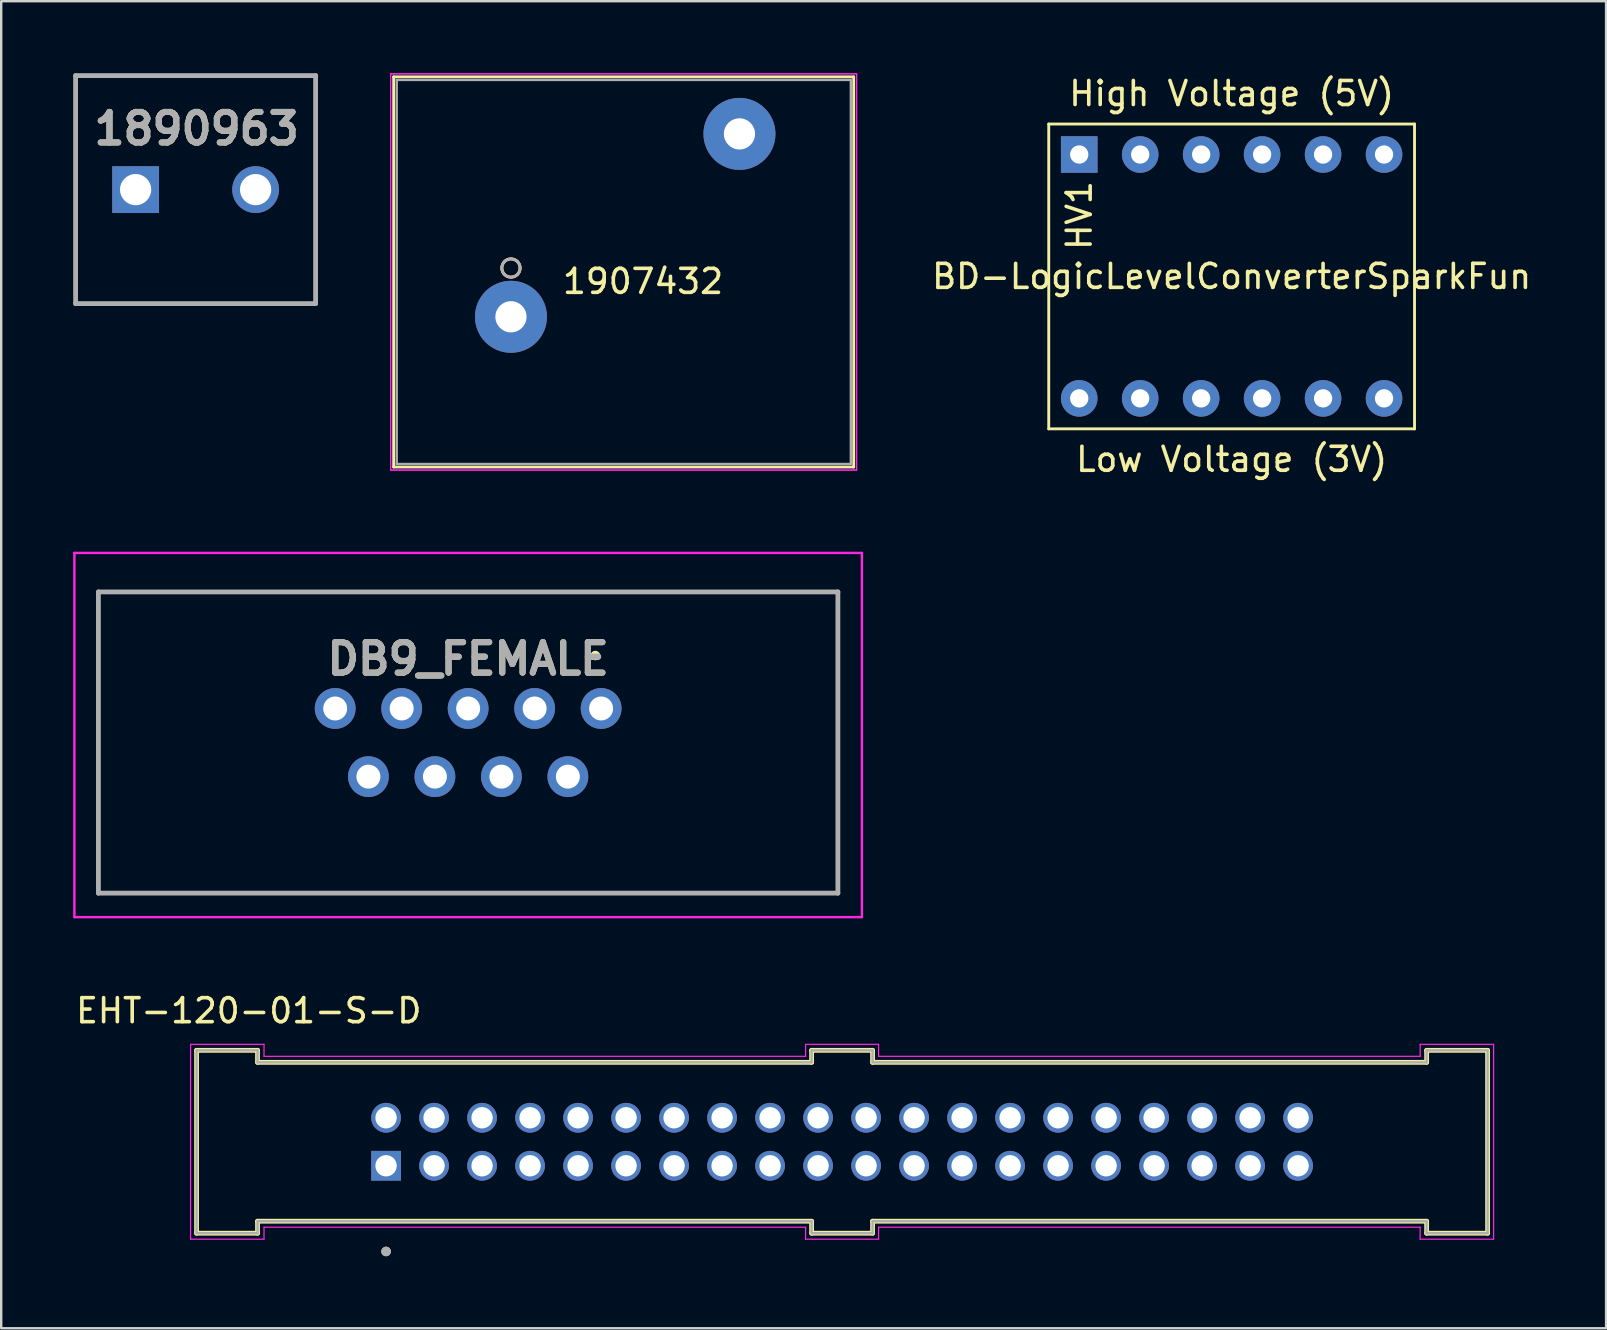
<source format=kicad_pcb>
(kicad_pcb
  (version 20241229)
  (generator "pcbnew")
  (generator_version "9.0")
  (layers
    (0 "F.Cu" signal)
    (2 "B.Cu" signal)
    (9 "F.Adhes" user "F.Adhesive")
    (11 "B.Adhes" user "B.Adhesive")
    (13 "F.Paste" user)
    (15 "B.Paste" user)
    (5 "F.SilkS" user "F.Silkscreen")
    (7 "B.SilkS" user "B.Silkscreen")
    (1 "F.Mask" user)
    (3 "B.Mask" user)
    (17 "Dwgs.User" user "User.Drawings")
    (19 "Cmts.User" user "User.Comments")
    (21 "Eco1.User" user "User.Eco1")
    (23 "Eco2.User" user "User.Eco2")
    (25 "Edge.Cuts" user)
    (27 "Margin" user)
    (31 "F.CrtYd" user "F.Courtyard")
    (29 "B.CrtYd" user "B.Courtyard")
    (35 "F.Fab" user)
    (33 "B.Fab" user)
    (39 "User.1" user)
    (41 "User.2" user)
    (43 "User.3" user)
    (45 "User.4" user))
  (footprint "DB9_FEMALE"
    (layer "F.Cu")
    (at 16.455 27.575)
    (property "Reference" "DB9_FEMALE" (at 0 -3.175 0) (layer "F.SilkS") (effects (font (size 1.27 1.27) (thickness 0.254))))
    (attr through_hole)
    (fp_line (start -15.405 -5.963) (end 15.405 -5.963) (stroke (width 0.1) (type solid)) (layer "F.SilkS"))
    (fp_line (start -15.405 6.588) (end -15.405 -5.963) (stroke (width 0.1) (type solid)) (layer "F.SilkS"))
    (fp_line (start 5.2 -3.313) (end 5.2 -3.313) (stroke (width 0.2) (type solid)) (layer "F.SilkS"))
    (fp_line (start 5.4 -3.313) (end 5.4 -3.313) (stroke (width 0.2) (type solid)) (layer "F.SilkS"))
    (fp_line (start 15.405 -5.963) (end 15.405 6.588) (stroke (width 0.1) (type solid)) (layer "F.SilkS"))
    (fp_line (start 15.405 6.588) (end -15.405 6.588) (stroke (width 0.1) (type solid)) (layer "F.SilkS"))
    (fp_arc (start 5.2 -3.313) (mid 5.3 -3.413) (end 5.4 -3.313) (stroke (width 0.2) (type solid)) (layer "F.SilkS"))
    (fp_arc (start 5.4 -3.313) (mid 5.3 -3.213) (end 5.2 -3.313) (stroke (width 0.2) (type solid)) (layer "F.SilkS"))
    (fp_line (start -16.405 -7.588) (end 16.405 -7.588) (stroke (width 0.1) (type solid)) (layer "F.CrtYd"))
    (fp_line (start -16.405 7.588) (end -16.405 -7.588) (stroke (width 0.1) (type solid)) (layer "F.CrtYd"))
    (fp_line (start 16.405 -7.588) (end 16.405 7.588) (stroke (width 0.1) (type solid)) (layer "F.CrtYd"))
    (fp_line (start 16.405 7.588) (end -16.405 7.588) (stroke (width 0.1) (type solid)) (layer "F.CrtYd"))
    (fp_line (start -15.405 -5.963) (end 15.405 -5.963) (stroke (width 0.2) (type solid)) (layer "F.Fab"))
    (fp_line (start -15.405 6.588) (end -15.405 -5.963) (stroke (width 0.2) (type solid)) (layer "F.Fab"))
    (fp_line (start 15.405 -5.963) (end 15.405 6.588) (stroke (width 0.2) (type solid)) (layer "F.Fab"))
    (fp_line (start 15.405 6.588) (end -15.405 6.588) (stroke (width 0.2) (type solid)) (layer "F.Fab"))
    (fp_text user "${REFERENCE}" (at 0 -3.175 0) (layer "F.Fab") (effects (font (size 1.27 1.27) (thickness 0.254))))
    (pad "1" thru_hole circle (at 5.54 -1.107) (size 1.7 1.7) (drill 1) (layers "*.Cu" "*.Mask"))
    (pad "2" thru_hole circle (at 2.77 -1.107) (size 1.7 1.7) (drill 1) (layers "*.Cu" "*.Mask"))
    (pad "3" thru_hole circle (at 0 -1.107) (size 1.7 1.7) (drill 1) (layers "*.Cu" "*.Mask"))
    (pad "4" thru_hole circle (at -2.77 -1.107) (size 1.7 1.7) (drill 1) (layers "*.Cu" "*.Mask"))
    (pad "5" thru_hole circle (at -5.54 -1.107) (size 1.7 1.7) (drill 1) (layers "*.Cu" "*.Mask"))
    (pad "6" thru_hole circle (at 4.155 1.733) (size 1.7 1.7) (drill 1) (layers "*.Cu" "*.Mask"))
    (pad "7" thru_hole circle (at 1.385 1.733) (size 1.7 1.7) (drill 1) (layers "*.Cu" "*.Mask"))
    (pad "8" thru_hole circle (at -1.385 1.733) (size 1.7 1.7) (drill 1) (layers "*.Cu" "*.Mask"))
    (pad "9" thru_hole circle (at -4.155 1.733) (size 1.7 1.7) (drill 1) (layers "*.Cu" "*.Mask")))
  (footprint "1907432"
    (layer "F.Cu")
    (at 18.239 10.149)
    (property "Reference" "1907432" (at 5.502 -1.475 0) (layer "F.SilkS") (effects (font (size 1 1) (thickness 0.15))))
    (attr through_hole)
    (fp_line (start -4.887 -9.997) (end -4.887 6.259) (stroke (width 0.12) (type solid)) (layer "F.SilkS"))
    (fp_line (start -4.887 6.259) (end 14.28 6.259) (stroke (width 0.12) (type solid)) (layer "F.SilkS"))
    (fp_line (start 14.28 -9.997) (end -4.887 -9.997) (stroke (width 0.12) (type solid)) (layer "F.SilkS"))
    (fp_line (start 14.28 6.259) (end 14.28 -9.997) (stroke (width 0.12) (type solid)) (layer "F.SilkS"))
    (fp_circle (center 0 -2.032) (end 0.381 -2.032) (stroke (width 0.12) (type solid)) (fill no) (layer "F.SilkS"))
    (fp_circle (center 0 -2.032) (end 0.381 -2.032) (stroke (width 0.12) (type solid)) (fill no) (layer "B.SilkS"))
    (fp_line (start -5.014 -10.124) (end -5.014 6.386) (stroke (width 0.05) (type solid)) (layer "F.CrtYd"))
    (fp_line (start -5.014 -10.124) (end -5.014 6.386) (stroke (width 0.05) (type solid)) (layer "F.CrtYd"))
    (fp_line (start -5.014 6.386) (end 14.4 6.386) (stroke (width 0.05) (type solid)) (layer "F.CrtYd"))
    (fp_line (start -5.014 6.386) (end 14.4 6.386) (stroke (width 0.05) (type solid)) (layer "F.CrtYd"))
    (fp_line (start 14.4 -10.124) (end -5.014 -10.124) (stroke (width 0.05) (type solid)) (layer "F.CrtYd"))
    (fp_line (start 14.4 -10.124) (end -5.014 -10.124) (stroke (width 0.05) (type solid)) (layer "F.CrtYd"))
    (fp_line (start 14.4 6.386) (end 14.4 -10.124) (stroke (width 0.05) (type solid)) (layer "F.CrtYd"))
    (fp_line (start 14.4 6.386) (end 14.4 -10.124) (stroke (width 0.05) (type solid)) (layer "F.CrtYd"))
    (fp_line (start -4.76 -9.87) (end -4.76 6.132) (stroke (width 0.1) (type solid)) (layer "F.Fab"))
    (fp_line (start -4.76 6.132) (end 14.16 6.132) (stroke (width 0.1) (type solid)) (layer "F.Fab"))
    (fp_line (start 14.16 -9.87) (end -4.76 -9.87) (stroke (width 0.1) (type solid)) (layer "F.Fab"))
    (fp_line (start 14.16 6.132) (end 14.16 -9.87) (stroke (width 0.1) (type solid)) (layer "F.Fab"))
    (fp_circle (center 0 -2.032) (end 0.381 -2.032) (stroke (width 0.1) (type solid)) (fill no) (layer "F.Fab"))
    (fp_text user "*" (at 0 0 0) (layer "F.SilkS") (effects (font (size 1 1) (thickness 0.15))))
    (fp_text user "Copyright 2021 Accelerated Designs. All rights reserved." (at 0 0 0) (layer "Cmts.User") (effects (font (size 0.127 0.127) (thickness 0.002))))
    (fp_text user "*" (at 0 0 0) (layer "F.Fab") (effects (font (size 1 1) (thickness 0.15))))
    (pad "1" thru_hole circle (at 0 0) (size 3 3) (drill 1.3) (layers "*.Cu" "*.Mask"))
    (pad "2" thru_hole circle (at 9.52 -7.62) (size 3 3) (drill 1.3) (layers "*.Cu" "*.Mask")))
  (footprint "EHT-120-01-S-D"
    (layer "F.Cu")
    (at 32.035 44.521)
    (property "Reference" "EHT-120-01-S-D" (at -24.72 -5.46 0) (layer "F.SilkS") (effects (font (size 1 1) (thickness 0.15))))
    (attr through_hole)
    (fp_line (start -26.895 -3.81) (end -24.355 -3.81) (stroke (width 0.2) (type solid)) (layer "F.SilkS"))
    (fp_line (start -26.895 3.81) (end -26.895 -3.81) (stroke (width 0.2) (type solid)) (layer "F.SilkS"))
    (fp_line (start -26.895 3.81) (end -24.355 3.81) (stroke (width 0.2) (type solid)) (layer "F.SilkS"))
    (fp_line (start -24.355 -3.31) (end -24.355 -3.81) (stroke (width 0.2) (type solid)) (layer "F.SilkS"))
    (fp_line (start -24.355 -3.31) (end -1.27 -3.31) (stroke (width 0.2) (type solid)) (layer "F.SilkS"))
    (fp_line (start -24.355 3.31) (end -24.355 3.81) (stroke (width 0.2) (type solid)) (layer "F.SilkS"))
    (fp_line (start -24.355 3.31) (end -1.27 3.31) (stroke (width 0.2) (type solid)) (layer "F.SilkS"))
    (fp_line (start -1.27 -3.81) (end 1.27 -3.81) (stroke (width 0.2) (type solid)) (layer "F.SilkS"))
    (fp_line (start -1.27 -3.31) (end -1.27 -3.81) (stroke (width 0.2) (type solid)) (layer "F.SilkS"))
    (fp_line (start -1.27 3.31) (end -1.27 3.81) (stroke (width 0.2) (type solid)) (layer "F.SilkS"))
    (fp_line (start -1.27 3.81) (end 1.27 3.81) (stroke (width 0.2) (type solid)) (layer "F.SilkS"))
    (fp_line (start 1.27 -3.31) (end 1.27 -3.81) (stroke (width 0.2) (type solid)) (layer "F.SilkS"))
    (fp_line (start 1.27 3.31) (end 1.27 3.81) (stroke (width 0.2) (type solid)) (layer "F.SilkS"))
    (fp_line (start 24.355 -3.31) (end 1.27 -3.31) (stroke (width 0.2) (type solid)) (layer "F.SilkS"))
    (fp_line (start 24.355 -3.31) (end 24.355 -3.81) (stroke (width 0.2) (type solid)) (layer "F.SilkS"))
    (fp_line (start 24.355 3.31) (end 1.27 3.31) (stroke (width 0.2) (type solid)) (layer "F.SilkS"))
    (fp_line (start 24.355 3.31) (end 24.355 3.81) (stroke (width 0.2) (type solid)) (layer "F.SilkS"))
    (fp_line (start 26.895 -3.81) (end 24.355 -3.81) (stroke (width 0.2) (type solid)) (layer "F.SilkS"))
    (fp_line (start 26.895 3.81) (end 24.355 3.81) (stroke (width 0.2) (type solid)) (layer "F.SilkS"))
    (fp_line (start 26.895 3.81) (end 26.895 -3.81) (stroke (width 0.2) (type solid)) (layer "F.SilkS"))
    (fp_circle (center -19 4.57) (end -18.9 4.57) (stroke (width 0.2) (type solid)) (fill no) (layer "F.SilkS"))
    (fp_line (start -27.145 -4.06) (end -24.085 -4.06) (stroke (width 0.05) (type solid)) (layer "F.CrtYd"))
    (fp_line (start -27.145 4.06) (end -27.145 -4.06) (stroke (width 0.05) (type solid)) (layer "F.CrtYd"))
    (fp_line (start -27.145 4.06) (end -24.085 4.06) (stroke (width 0.05) (type solid)) (layer "F.CrtYd"))
    (fp_line (start -24.085 -3.56) (end -24.085 -4.06) (stroke (width 0.05) (type solid)) (layer "F.CrtYd"))
    (fp_line (start -24.085 -3.56) (end -1.52 -3.56) (stroke (width 0.05) (type solid)) (layer "F.CrtYd"))
    (fp_line (start -24.085 3.56) (end -24.085 4.06) (stroke (width 0.05) (type solid)) (layer "F.CrtYd"))
    (fp_line (start -24.085 3.56) (end -1.52 3.56) (stroke (width 0.05) (type solid)) (layer "F.CrtYd"))
    (fp_line (start -1.52 -4.06) (end 1.52 -4.06) (stroke (width 0.05) (type solid)) (layer "F.CrtYd"))
    (fp_line (start -1.52 -3.56) (end -1.52 -4.06) (stroke (width 0.05) (type solid)) (layer "F.CrtYd"))
    (fp_line (start -1.52 3.56) (end -1.52 4.06) (stroke (width 0.05) (type solid)) (layer "F.CrtYd"))
    (fp_line (start -1.52 4.06) (end 1.52 4.06) (stroke (width 0.05) (type solid)) (layer "F.CrtYd"))
    (fp_line (start 1.52 -3.56) (end 1.52 -4.06) (stroke (width 0.05) (type solid)) (layer "F.CrtYd"))
    (fp_line (start 1.52 3.56) (end 1.52 4.06) (stroke (width 0.05) (type solid)) (layer "F.CrtYd"))
    (fp_line (start 24.085 -3.56) (end 1.52 -3.56) (stroke (width 0.05) (type solid)) (layer "F.CrtYd"))
    (fp_line (start 24.085 -3.56) (end 24.085 -4.06) (stroke (width 0.05) (type solid)) (layer "F.CrtYd"))
    (fp_line (start 24.085 3.56) (end 1.52 3.56) (stroke (width 0.05) (type solid)) (layer "F.CrtYd"))
    (fp_line (start 24.085 3.56) (end 24.085 4.06) (stroke (width 0.05) (type solid)) (layer "F.CrtYd"))
    (fp_line (start 27.145 -4.06) (end 24.085 -4.06) (stroke (width 0.05) (type solid)) (layer "F.CrtYd"))
    (fp_line (start 27.145 4.06) (end 24.085 4.06) (stroke (width 0.05) (type solid)) (layer "F.CrtYd"))
    (fp_line (start 27.145 4.06) (end 27.145 -4.06) (stroke (width 0.05) (type solid)) (layer "F.CrtYd"))
    (fp_line (start -26.895 -3.81) (end -24.355 -3.81) (stroke (width 0.1) (type solid)) (layer "F.Fab"))
    (fp_line (start -26.895 3.81) (end -26.895 -3.81) (stroke (width 0.1) (type solid)) (layer "F.Fab"))
    (fp_line (start -26.895 3.81) (end -24.355 3.81) (stroke (width 0.1) (type solid)) (layer "F.Fab"))
    (fp_line (start -24.355 -3.31) (end -24.355 -3.81) (stroke (width 0.1) (type solid)) (layer "F.Fab"))
    (fp_line (start -24.355 -3.31) (end -1.27 -3.31) (stroke (width 0.1) (type solid)) (layer "F.Fab"))
    (fp_line (start -24.355 3.31) (end -24.355 3.81) (stroke (width 0.1) (type solid)) (layer "F.Fab"))
    (fp_line (start -24.355 3.31) (end -1.27 3.31) (stroke (width 0.1) (type solid)) (layer "F.Fab"))
    (fp_line (start -1.27 -3.81) (end 1.27 -3.81) (stroke (width 0.1) (type solid)) (layer "F.Fab"))
    (fp_line (start -1.27 -3.31) (end -1.27 -3.81) (stroke (width 0.1) (type solid)) (layer "F.Fab"))
    (fp_line (start -1.27 3.31) (end -1.27 3.81) (stroke (width 0.1) (type solid)) (layer "F.Fab"))
    (fp_line (start -1.27 3.81) (end 1.27 3.81) (stroke (width 0.1) (type solid)) (layer "F.Fab"))
    (fp_line (start 1.27 -3.31) (end 1.27 -3.81) (stroke (width 0.1) (type solid)) (layer "F.Fab"))
    (fp_line (start 1.27 3.31) (end 1.27 3.81) (stroke (width 0.1) (type solid)) (layer "F.Fab"))
    (fp_line (start 24.355 -3.31) (end 1.27 -3.31) (stroke (width 0.1) (type solid)) (layer "F.Fab"))
    (fp_line (start 24.355 -3.31) (end 24.355 -3.81) (stroke (width 0.1) (type solid)) (layer "F.Fab"))
    (fp_line (start 24.355 3.31) (end 1.27 3.31) (stroke (width 0.1) (type solid)) (layer "F.Fab"))
    (fp_line (start 24.355 3.31) (end 24.355 3.81) (stroke (width 0.1) (type solid)) (layer "F.Fab"))
    (fp_line (start 26.895 -3.81) (end 24.355 -3.81) (stroke (width 0.1) (type solid)) (layer "F.Fab"))
    (fp_line (start 26.895 3.81) (end 24.355 3.81) (stroke (width 0.1) (type solid)) (layer "F.Fab"))
    (fp_line (start 26.895 3.81) (end 26.895 -3.81) (stroke (width 0.1) (type solid)) (layer "F.Fab"))
    (fp_circle (center -19 4.57) (end -18.9 4.57) (stroke (width 0.2) (type solid)) (fill no) (layer "F.Fab"))
    (pad "1" thru_hole rect (at -19 1) (size 1.24 1.24) (drill 0.89) (layers "*.Cu" "*.Mask"))
    (pad "2" thru_hole circle (at -19 -1) (size 1.24 1.24) (drill 0.89) (layers "*.Cu" "*.Mask"))
    (pad "3" thru_hole circle (at -17 1) (size 1.24 1.24) (drill 0.89) (layers "*.Cu" "*.Mask"))
    (pad "4" thru_hole circle (at -17 -1) (size 1.24 1.24) (drill 0.89) (layers "*.Cu" "*.Mask"))
    (pad "5" thru_hole circle (at -15 1) (size 1.24 1.24) (drill 0.89) (layers "*.Cu" "*.Mask"))
    (pad "6" thru_hole circle (at -15 -1) (size 1.24 1.24) (drill 0.89) (layers "*.Cu" "*.Mask"))
    (pad "7" thru_hole circle (at -13 1) (size 1.24 1.24) (drill 0.89) (layers "*.Cu" "*.Mask"))
    (pad "8" thru_hole circle (at -13 -1) (size 1.24 1.24) (drill 0.89) (layers "*.Cu" "*.Mask"))
    (pad "9" thru_hole circle (at -11 1) (size 1.24 1.24) (drill 0.89) (layers "*.Cu" "*.Mask"))
    (pad "10" thru_hole circle (at -11 -1) (size 1.24 1.24) (drill 0.89) (layers "*.Cu" "*.Mask"))
    (pad "11" thru_hole circle (at -9 1) (size 1.24 1.24) (drill 0.89) (layers "*.Cu" "*.Mask"))
    (pad "12" thru_hole circle (at -9 -1) (size 1.24 1.24) (drill 0.89) (layers "*.Cu" "*.Mask"))
    (pad "13" thru_hole circle (at -7 1) (size 1.24 1.24) (drill 0.89) (layers "*.Cu" "*.Mask"))
    (pad "14" thru_hole circle (at -7 -1) (size 1.24 1.24) (drill 0.89) (layers "*.Cu" "*.Mask"))
    (pad "15" thru_hole circle (at -5 1) (size 1.24 1.24) (drill 0.89) (layers "*.Cu" "*.Mask"))
    (pad "16" thru_hole circle (at -5 -1) (size 1.24 1.24) (drill 0.89) (layers "*.Cu" "*.Mask"))
    (pad "17" thru_hole circle (at -3 1) (size 1.24 1.24) (drill 0.89) (layers "*.Cu" "*.Mask"))
    (pad "18" thru_hole circle (at -3 -1) (size 1.24 1.24) (drill 0.89) (layers "*.Cu" "*.Mask"))
    (pad "19" thru_hole circle (at -1 1) (size 1.24 1.24) (drill 0.89) (layers "*.Cu" "*.Mask"))
    (pad "20" thru_hole circle (at -1 -1) (size 1.24 1.24) (drill 0.89) (layers "*.Cu" "*.Mask"))
    (pad "21" thru_hole circle (at 1 1) (size 1.24 1.24) (drill 0.89) (layers "*.Cu" "*.Mask"))
    (pad "22" thru_hole circle (at 1 -1) (size 1.24 1.24) (drill 0.89) (layers "*.Cu" "*.Mask"))
    (pad "23" thru_hole circle (at 3 1) (size 1.24 1.24) (drill 0.89) (layers "*.Cu" "*.Mask"))
    (pad "24" thru_hole circle (at 3 -1) (size 1.24 1.24) (drill 0.89) (layers "*.Cu" "*.Mask"))
    (pad "25" thru_hole circle (at 5 1) (size 1.24 1.24) (drill 0.89) (layers "*.Cu" "*.Mask"))
    (pad "26" thru_hole circle (at 5 -1) (size 1.24 1.24) (drill 0.89) (layers "*.Cu" "*.Mask"))
    (pad "27" thru_hole circle (at 7 1) (size 1.24 1.24) (drill 0.89) (layers "*.Cu" "*.Mask"))
    (pad "28" thru_hole circle (at 7 -1) (size 1.24 1.24) (drill 0.89) (layers "*.Cu" "*.Mask"))
    (pad "29" thru_hole circle (at 9 1) (size 1.24 1.24) (drill 0.89) (layers "*.Cu" "*.Mask"))
    (pad "30" thru_hole circle (at 9 -1) (size 1.24 1.24) (drill 0.89) (layers "*.Cu" "*.Mask"))
    (pad "31" thru_hole circle (at 11 1) (size 1.24 1.24) (drill 0.89) (layers "*.Cu" "*.Mask"))
    (pad "32" thru_hole circle (at 11 -1) (size 1.24 1.24) (drill 0.89) (layers "*.Cu" "*.Mask"))
    (pad "33" thru_hole circle (at 13 1) (size 1.24 1.24) (drill 0.89) (layers "*.Cu" "*.Mask"))
    (pad "34" thru_hole circle (at 13 -1) (size 1.24 1.24) (drill 0.89) (layers "*.Cu" "*.Mask"))
    (pad "35" thru_hole circle (at 15 1) (size 1.24 1.24) (drill 0.89) (layers "*.Cu" "*.Mask"))
    (pad "36" thru_hole circle (at 15 -1) (size 1.24 1.24) (drill 0.89) (layers "*.Cu" "*.Mask"))
    (pad "37" thru_hole circle (at 17 1) (size 1.24 1.24) (drill 0.89) (layers "*.Cu" "*.Mask"))
    (pad "38" thru_hole circle (at 17 -1) (size 1.24 1.24) (drill 0.89) (layers "*.Cu" "*.Mask"))
    (pad "39" thru_hole circle (at 19 1) (size 1.24 1.24) (drill 0.89) (layers "*.Cu" "*.Mask"))
    (pad "40" thru_hole circle (at 19 -1) (size 1.24 1.24) (drill 0.89) (layers "*.Cu" "*.Mask")))
  (footprint "BD-LogicLevelConverterSparkFun"
    (layer "F.Cu")
    (at 41.915 3.388)
    (property "Reference" "BD-LogicLevelConverterSparkFun" (at 6.35 5.08 0) (layer "F.SilkS") (effects (font (size 1 1) (thickness 0.15))))
    (attr through_hole)
    (fp_line (start -1.27 -1.27) (end -1.27 11.43) (stroke (width 0.12) (type solid)) (layer "F.SilkS"))
    (fp_line (start -1.27 11.43) (end 13.97 11.43) (stroke (width 0.12) (type solid)) (layer "F.SilkS"))
    (fp_line (start 13.97 -1.27) (end -1.27 -1.27) (stroke (width 0.12) (type solid)) (layer "F.SilkS"))
    (fp_line (start 13.97 11.43) (end 13.97 -1.27) (stroke (width 0.12) (type solid)) (layer "F.SilkS"))
    (fp_text user "HV1" (at 0 2.54 90) (layer "F.SilkS") (effects (font (size 1 1) (thickness 0.15))))
    (fp_text user "Low Voltage (3V)" (at 6.35 12.7 0) (layer "F.SilkS") (effects (font (size 1 1) (thickness 0.15))))
    (fp_text user "High Voltage (5V)" (at 6.35 -2.54 0) (layer "F.SilkS") (effects (font (size 1 1) (thickness 0.15))))
    (pad "1" thru_hole rect (at 0 0) (size 1.524 1.524) (drill 0.762) (layers "*.Cu" "*.Mask"))
    (pad "2" thru_hole circle (at 2.54 0) (size 1.524 1.524) (drill 0.762) (layers "*.Cu" "*.Mask"))
    (pad "3" thru_hole circle (at 5.08 0) (size 1.524 1.524) (drill 0.762) (layers "*.Cu" "*.Mask"))
    (pad "4" thru_hole circle (at 7.62 0) (size 1.524 1.524) (drill 0.762) (layers "*.Cu" "*.Mask"))
    (pad "5" thru_hole circle (at 10.16 0) (size 1.524 1.524) (drill 0.762) (layers "*.Cu" "*.Mask"))
    (pad "6" thru_hole circle (at 12.7 0) (size 1.524 1.524) (drill 0.762) (layers "*.Cu" "*.Mask"))
    (pad "7" thru_hole circle (at 0 10.16) (size 1.524 1.524) (drill 0.762) (layers "*.Cu" "*.Mask"))
    (pad "8" thru_hole circle (at 2.54 10.16) (size 1.524 1.524) (drill 0.762) (layers "*.Cu" "*.Mask"))
    (pad "9" thru_hole circle (at 5.08 10.16) (size 1.524 1.524) (drill 0.762) (layers "*.Cu" "*.Mask"))
    (pad "10" thru_hole circle (at 7.62 10.16) (size 1.524 1.524) (drill 0.762) (layers "*.Cu" "*.Mask"))
    (pad "11" thru_hole circle (at 10.16 10.16) (size 1.524 1.524) (drill 0.762) (layers "*.Cu" "*.Mask"))
    (pad "12" thru_hole circle (at 12.7 10.16) (size 1.524 1.524) (drill 0.762) (layers "*.Cu" "*.Mask")))
  (footprint "1890963"
    (layer "F.Cu")
    (at 2.6 4.85)
    (property "Reference" "1890963" (at 2.54 -2.54 0) (layer "F.SilkS") (effects (font (size 1.27 1.27) (thickness 0.254))))
    (attr through_hole)
    (fp_line (start -2.5 -4.75) (end 7.5 -4.75) (stroke (width 0.1) (type solid)) (layer "F.SilkS"))
    (fp_line (start -2.5 4.75) (end -2.5 -4.75) (stroke (width 0.1) (type solid)) (layer "F.SilkS"))
    (fp_line (start 7.5 -4.75) (end 7.5 4.75) (stroke (width 0.1) (type solid)) (layer "F.SilkS"))
    (fp_line (start 7.5 4.75) (end -2.5 4.75) (stroke (width 0.1) (type solid)) (layer "F.SilkS"))
    (fp_line (start -2.5 -4.75) (end 7.5 -4.75) (stroke (width 0.2) (type solid)) (layer "F.Fab"))
    (fp_line (start -2.5 4.75) (end -2.5 -4.75) (stroke (width 0.2) (type solid)) (layer "F.Fab"))
    (fp_line (start 7.5 -4.75) (end 7.5 4.75) (stroke (width 0.2) (type solid)) (layer "F.Fab"))
    (fp_line (start 7.5 4.75) (end -2.5 4.75) (stroke (width 0.2) (type solid)) (layer "F.Fab"))
    (fp_text user "${REFERENCE}" (at 2.54 -2.54 0) (layer "F.Fab") (effects (font (size 1.27 1.27) (thickness 0.254))))
    (pad "1" thru_hole rect (at 0 0) (size 1.95 1.95) (drill 1.3) (layers "*.Cu" "*.Mask"))
    (pad "2" thru_hole circle (at 5 0) (size 1.95 1.95) (drill 1.3) (layers "*.Cu" "*.Mask")))
  (gr_rect
    (start -3 -3)
    (end 63.866 52.291)
    (stroke (width 0.1) (type default))
    (fill no)
    (layer "Edge.Cuts")))
</source>
